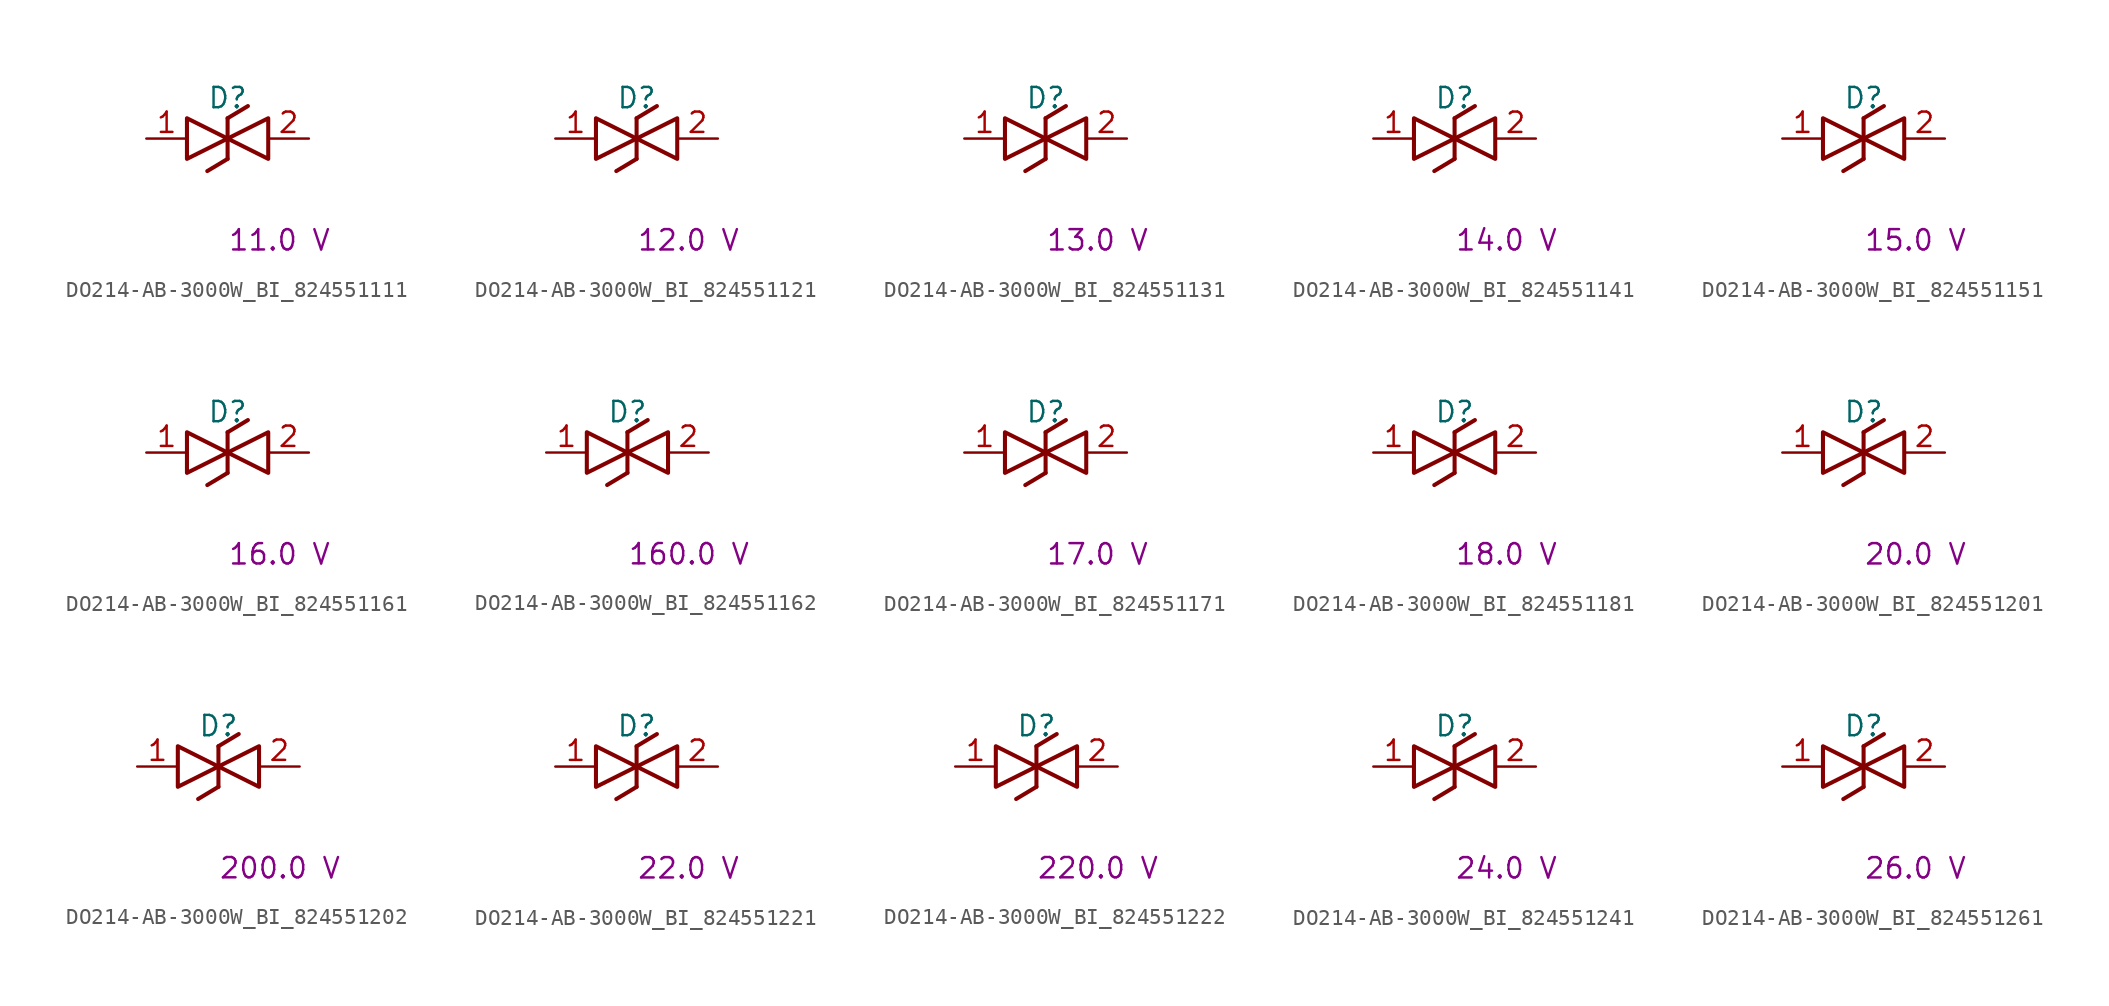
<source format=kicad_sym>
(kicad_symbol_lib
  (version 20220914)
  (generator kicad_symbol_editor)
  (symbol "DO214-AB-3000W_BI_824551111"
    (pin_names hide)
    (property "Reference" "D"
      (at 0 2.54 0)
      (effects (font (size 1.27 1.27))))
    (property "Critical Parameter" "11.0 V"
      (at 0 -6.35 0)
      (effects (font (size 1.27 1.27)) (justify left)))
    (symbol "DO214-AB-3000W_BI_824551111_0_1"
      (polyline (pts (xy -2.54 1.27) (xy -2.54 -1.27) (xy 2.54 1.27) (xy 2.54 -1.27) (xy -2.54 1.27)) (stroke (width 0.254) (type default)) (fill (type none))))
    (symbol "DO214-AB-3000W_BI_824551111_1_1"
      (polyline (pts (xy 0 -1.27) (xy -1.27 -2.032)) (stroke (width 0.254) (type default)) (fill (type none)))
      (polyline (pts (xy 0 1.27) (xy 0 -1.27)) (stroke (width 0.254) (type default)) (fill (type none)))
      (polyline (pts (xy 0 1.27) (xy 1.27 2.032)) (stroke (width 0.254) (type default)) (fill (type none)))
      (pin passive line (at -5.08 0 0) (length 2.54) (name "1" (effects (font (size 1.27 1.27)))) (number "1" (effects (font (size 1.27 1.27)))))
      (pin passive line (at 5.08 0 180) (length 2.54) (name "2" (effects (font (size 1.27 1.27)))) (number "2" (effects (font (size 1.27 1.27)))))))
  (symbol "DO214-AB-3000W_BI_824551121"
    (pin_names hide)
    (property "Reference" "D"
      (at 0 2.54 0)
      (effects (font (size 1.27 1.27))))
    (property "Critical Parameter" "12.0 V"
      (at 0 -6.35 0)
      (effects (font (size 1.27 1.27)) (justify left)))
    (symbol "DO214-AB-3000W_BI_824551121_0_1"
      (polyline (pts (xy -2.54 1.27) (xy -2.54 -1.27) (xy 2.54 1.27) (xy 2.54 -1.27) (xy -2.54 1.27)) (stroke (width 0.254) (type default)) (fill (type none))))
    (symbol "DO214-AB-3000W_BI_824551121_1_1"
      (polyline (pts (xy 0 -1.27) (xy -1.27 -2.032)) (stroke (width 0.254) (type default)) (fill (type none)))
      (polyline (pts (xy 0 1.27) (xy 0 -1.27)) (stroke (width 0.254) (type default)) (fill (type none)))
      (polyline (pts (xy 0 1.27) (xy 1.27 2.032)) (stroke (width 0.254) (type default)) (fill (type none)))
      (pin passive line (at -5.08 0 0) (length 2.54) (name "1" (effects (font (size 1.27 1.27)))) (number "1" (effects (font (size 1.27 1.27)))))
      (pin passive line (at 5.08 0 180) (length 2.54) (name "2" (effects (font (size 1.27 1.27)))) (number "2" (effects (font (size 1.27 1.27)))))))
  (symbol "DO214-AB-3000W_BI_824551131"
    (pin_names hide)
    (property "Reference" "D"
      (at 0 2.54 0)
      (effects (font (size 1.27 1.27))))
    (property "Critical Parameter" "13.0 V"
      (at 0 -6.35 0)
      (effects (font (size 1.27 1.27)) (justify left)))
    (symbol "DO214-AB-3000W_BI_824551131_0_1"
      (polyline (pts (xy -2.54 1.27) (xy -2.54 -1.27) (xy 2.54 1.27) (xy 2.54 -1.27) (xy -2.54 1.27)) (stroke (width 0.254) (type default)) (fill (type none))))
    (symbol "DO214-AB-3000W_BI_824551131_1_1"
      (polyline (pts (xy 0 -1.27) (xy -1.27 -2.032)) (stroke (width 0.254) (type default)) (fill (type none)))
      (polyline (pts (xy 0 1.27) (xy 0 -1.27)) (stroke (width 0.254) (type default)) (fill (type none)))
      (polyline (pts (xy 0 1.27) (xy 1.27 2.032)) (stroke (width 0.254) (type default)) (fill (type none)))
      (pin passive line (at -5.08 0 0) (length 2.54) (name "1" (effects (font (size 1.27 1.27)))) (number "1" (effects (font (size 1.27 1.27)))))
      (pin passive line (at 5.08 0 180) (length 2.54) (name "2" (effects (font (size 1.27 1.27)))) (number "2" (effects (font (size 1.27 1.27)))))))
  (symbol "DO214-AB-3000W_BI_824551141"
    (pin_names hide)
    (property "Reference" "D"
      (at 0 2.54 0)
      (effects (font (size 1.27 1.27))))
    (property "Critical Parameter" "14.0 V"
      (at 0 -6.35 0)
      (effects (font (size 1.27 1.27)) (justify left)))
    (symbol "DO214-AB-3000W_BI_824551141_0_1"
      (polyline (pts (xy -2.54 1.27) (xy -2.54 -1.27) (xy 2.54 1.27) (xy 2.54 -1.27) (xy -2.54 1.27)) (stroke (width 0.254) (type default)) (fill (type none))))
    (symbol "DO214-AB-3000W_BI_824551141_1_1"
      (polyline (pts (xy 0 -1.27) (xy -1.27 -2.032)) (stroke (width 0.254) (type default)) (fill (type none)))
      (polyline (pts (xy 0 1.27) (xy 0 -1.27)) (stroke (width 0.254) (type default)) (fill (type none)))
      (polyline (pts (xy 0 1.27) (xy 1.27 2.032)) (stroke (width 0.254) (type default)) (fill (type none)))
      (pin passive line (at -5.08 0 0) (length 2.54) (name "1" (effects (font (size 1.27 1.27)))) (number "1" (effects (font (size 1.27 1.27)))))
      (pin passive line (at 5.08 0 180) (length 2.54) (name "2" (effects (font (size 1.27 1.27)))) (number "2" (effects (font (size 1.27 1.27)))))))
  (symbol "DO214-AB-3000W_BI_824551151"
    (pin_names hide)
    (property "Reference" "D"
      (at 0 2.54 0)
      (effects (font (size 1.27 1.27))))
    (property "Critical Parameter" "15.0 V"
      (at 0 -6.35 0)
      (effects (font (size 1.27 1.27)) (justify left)))
    (symbol "DO214-AB-3000W_BI_824551151_0_1"
      (polyline (pts (xy -2.54 1.27) (xy -2.54 -1.27) (xy 2.54 1.27) (xy 2.54 -1.27) (xy -2.54 1.27)) (stroke (width 0.254) (type default)) (fill (type none))))
    (symbol "DO214-AB-3000W_BI_824551151_1_1"
      (polyline (pts (xy 0 -1.27) (xy -1.27 -2.032)) (stroke (width 0.254) (type default)) (fill (type none)))
      (polyline (pts (xy 0 1.27) (xy 0 -1.27)) (stroke (width 0.254) (type default)) (fill (type none)))
      (polyline (pts (xy 0 1.27) (xy 1.27 2.032)) (stroke (width 0.254) (type default)) (fill (type none)))
      (pin passive line (at -5.08 0 0) (length 2.54) (name "1" (effects (font (size 1.27 1.27)))) (number "1" (effects (font (size 1.27 1.27)))))
      (pin passive line (at 5.08 0 180) (length 2.54) (name "2" (effects (font (size 1.27 1.27)))) (number "2" (effects (font (size 1.27 1.27)))))))
  (symbol "DO214-AB-3000W_BI_824551161"
    (pin_names hide)
    (property "Reference" "D"
      (at 0 2.54 0)
      (effects (font (size 1.27 1.27))))
    (property "Critical Parameter" "16.0 V"
      (at 0 -6.35 0)
      (effects (font (size 1.27 1.27)) (justify left)))
    (symbol "DO214-AB-3000W_BI_824551161_0_1"
      (polyline (pts (xy -2.54 1.27) (xy -2.54 -1.27) (xy 2.54 1.27) (xy 2.54 -1.27) (xy -2.54 1.27)) (stroke (width 0.254) (type default)) (fill (type none))))
    (symbol "DO214-AB-3000W_BI_824551161_1_1"
      (polyline (pts (xy 0 -1.27) (xy -1.27 -2.032)) (stroke (width 0.254) (type default)) (fill (type none)))
      (polyline (pts (xy 0 1.27) (xy 0 -1.27)) (stroke (width 0.254) (type default)) (fill (type none)))
      (polyline (pts (xy 0 1.27) (xy 1.27 2.032)) (stroke (width 0.254) (type default)) (fill (type none)))
      (pin passive line (at -5.08 0 0) (length 2.54) (name "1" (effects (font (size 1.27 1.27)))) (number "1" (effects (font (size 1.27 1.27)))))
      (pin passive line (at 5.08 0 180) (length 2.54) (name "2" (effects (font (size 1.27 1.27)))) (number "2" (effects (font (size 1.27 1.27)))))))
  (symbol "DO214-AB-3000W_BI_824551162"
    (pin_names hide)
    (property "Reference" "D"
      (at 0 2.54 0)
      (effects (font (size 1.27 1.27))))
    (property "Critical Parameter" "160.0 V"
      (at 0 -6.35 0)
      (effects (font (size 1.27 1.27)) (justify left)))
    (symbol "DO214-AB-3000W_BI_824551162_0_1"
      (polyline (pts (xy -2.54 1.27) (xy -2.54 -1.27) (xy 2.54 1.27) (xy 2.54 -1.27) (xy -2.54 1.27)) (stroke (width 0.254) (type default)) (fill (type none))))
    (symbol "DO214-AB-3000W_BI_824551162_1_1"
      (polyline (pts (xy 0 -1.27) (xy -1.27 -2.032)) (stroke (width 0.254) (type default)) (fill (type none)))
      (polyline (pts (xy 0 1.27) (xy 0 -1.27)) (stroke (width 0.254) (type default)) (fill (type none)))
      (polyline (pts (xy 0 1.27) (xy 1.27 2.032)) (stroke (width 0.254) (type default)) (fill (type none)))
      (pin passive line (at -5.08 0 0) (length 2.54) (name "1" (effects (font (size 1.27 1.27)))) (number "1" (effects (font (size 1.27 1.27)))))
      (pin passive line (at 5.08 0 180) (length 2.54) (name "2" (effects (font (size 1.27 1.27)))) (number "2" (effects (font (size 1.27 1.27)))))))
  (symbol "DO214-AB-3000W_BI_824551171"
    (pin_names hide)
    (property "Reference" "D"
      (at 0 2.54 0)
      (effects (font (size 1.27 1.27))))
    (property "Critical Parameter" "17.0 V"
      (at 0 -6.35 0)
      (effects (font (size 1.27 1.27)) (justify left)))
    (symbol "DO214-AB-3000W_BI_824551171_0_1"
      (polyline (pts (xy -2.54 1.27) (xy -2.54 -1.27) (xy 2.54 1.27) (xy 2.54 -1.27) (xy -2.54 1.27)) (stroke (width 0.254) (type default)) (fill (type none))))
    (symbol "DO214-AB-3000W_BI_824551171_1_1"
      (polyline (pts (xy 0 -1.27) (xy -1.27 -2.032)) (stroke (width 0.254) (type default)) (fill (type none)))
      (polyline (pts (xy 0 1.27) (xy 0 -1.27)) (stroke (width 0.254) (type default)) (fill (type none)))
      (polyline (pts (xy 0 1.27) (xy 1.27 2.032)) (stroke (width 0.254) (type default)) (fill (type none)))
      (pin passive line (at -5.08 0 0) (length 2.54) (name "1" (effects (font (size 1.27 1.27)))) (number "1" (effects (font (size 1.27 1.27)))))
      (pin passive line (at 5.08 0 180) (length 2.54) (name "2" (effects (font (size 1.27 1.27)))) (number "2" (effects (font (size 1.27 1.27)))))))
  (symbol "DO214-AB-3000W_BI_824551181"
    (pin_names hide)
    (property "Reference" "D"
      (at 0 2.54 0)
      (effects (font (size 1.27 1.27))))
    (property "Critical Parameter" "18.0 V"
      (at 0 -6.35 0)
      (effects (font (size 1.27 1.27)) (justify left)))
    (symbol "DO214-AB-3000W_BI_824551181_0_1"
      (polyline (pts (xy -2.54 1.27) (xy -2.54 -1.27) (xy 2.54 1.27) (xy 2.54 -1.27) (xy -2.54 1.27)) (stroke (width 0.254) (type default)) (fill (type none))))
    (symbol "DO214-AB-3000W_BI_824551181_1_1"
      (polyline (pts (xy 0 -1.27) (xy -1.27 -2.032)) (stroke (width 0.254) (type default)) (fill (type none)))
      (polyline (pts (xy 0 1.27) (xy 0 -1.27)) (stroke (width 0.254) (type default)) (fill (type none)))
      (polyline (pts (xy 0 1.27) (xy 1.27 2.032)) (stroke (width 0.254) (type default)) (fill (type none)))
      (pin passive line (at -5.08 0 0) (length 2.54) (name "1" (effects (font (size 1.27 1.27)))) (number "1" (effects (font (size 1.27 1.27)))))
      (pin passive line (at 5.08 0 180) (length 2.54) (name "2" (effects (font (size 1.27 1.27)))) (number "2" (effects (font (size 1.27 1.27)))))))
  (symbol "DO214-AB-3000W_BI_824551201"
    (pin_names hide)
    (property "Reference" "D"
      (at 0 2.54 0)
      (effects (font (size 1.27 1.27))))
    (property "Critical Parameter" "20.0 V"
      (at 0 -6.35 0)
      (effects (font (size 1.27 1.27)) (justify left)))
    (symbol "DO214-AB-3000W_BI_824551201_0_1"
      (polyline (pts (xy -2.54 1.27) (xy -2.54 -1.27) (xy 2.54 1.27) (xy 2.54 -1.27) (xy -2.54 1.27)) (stroke (width 0.254) (type default)) (fill (type none))))
    (symbol "DO214-AB-3000W_BI_824551201_1_1"
      (polyline (pts (xy 0 -1.27) (xy -1.27 -2.032)) (stroke (width 0.254) (type default)) (fill (type none)))
      (polyline (pts (xy 0 1.27) (xy 0 -1.27)) (stroke (width 0.254) (type default)) (fill (type none)))
      (polyline (pts (xy 0 1.27) (xy 1.27 2.032)) (stroke (width 0.254) (type default)) (fill (type none)))
      (pin passive line (at -5.08 0 0) (length 2.54) (name "1" (effects (font (size 1.27 1.27)))) (number "1" (effects (font (size 1.27 1.27)))))
      (pin passive line (at 5.08 0 180) (length 2.54) (name "2" (effects (font (size 1.27 1.27)))) (number "2" (effects (font (size 1.27 1.27)))))))
  (symbol "DO214-AB-3000W_BI_824551202"
    (pin_names hide)
    (property "Reference" "D"
      (at 0 2.54 0)
      (effects (font (size 1.27 1.27))))
    (property "Critical Parameter" "200.0 V"
      (at 0 -6.35 0)
      (effects (font (size 1.27 1.27)) (justify left)))
    (symbol "DO214-AB-3000W_BI_824551202_0_1"
      (polyline (pts (xy -2.54 1.27) (xy -2.54 -1.27) (xy 2.54 1.27) (xy 2.54 -1.27) (xy -2.54 1.27)) (stroke (width 0.254) (type default)) (fill (type none))))
    (symbol "DO214-AB-3000W_BI_824551202_1_1"
      (polyline (pts (xy 0 -1.27) (xy -1.27 -2.032)) (stroke (width 0.254) (type default)) (fill (type none)))
      (polyline (pts (xy 0 1.27) (xy 0 -1.27)) (stroke (width 0.254) (type default)) (fill (type none)))
      (polyline (pts (xy 0 1.27) (xy 1.27 2.032)) (stroke (width 0.254) (type default)) (fill (type none)))
      (pin passive line (at -5.08 0 0) (length 2.54) (name "1" (effects (font (size 1.27 1.27)))) (number "1" (effects (font (size 1.27 1.27)))))
      (pin passive line (at 5.08 0 180) (length 2.54) (name "2" (effects (font (size 1.27 1.27)))) (number "2" (effects (font (size 1.27 1.27)))))))
  (symbol "DO214-AB-3000W_BI_824551221"
    (pin_names hide)
    (property "Reference" "D"
      (at 0 2.54 0)
      (effects (font (size 1.27 1.27))))
    (property "Critical Parameter" "22.0 V"
      (at 0 -6.35 0)
      (effects (font (size 1.27 1.27)) (justify left)))
    (symbol "DO214-AB-3000W_BI_824551221_0_1"
      (polyline (pts (xy -2.54 1.27) (xy -2.54 -1.27) (xy 2.54 1.27) (xy 2.54 -1.27) (xy -2.54 1.27)) (stroke (width 0.254) (type default)) (fill (type none))))
    (symbol "DO214-AB-3000W_BI_824551221_1_1"
      (polyline (pts (xy 0 -1.27) (xy -1.27 -2.032)) (stroke (width 0.254) (type default)) (fill (type none)))
      (polyline (pts (xy 0 1.27) (xy 0 -1.27)) (stroke (width 0.254) (type default)) (fill (type none)))
      (polyline (pts (xy 0 1.27) (xy 1.27 2.032)) (stroke (width 0.254) (type default)) (fill (type none)))
      (pin passive line (at -5.08 0 0) (length 2.54) (name "1" (effects (font (size 1.27 1.27)))) (number "1" (effects (font (size 1.27 1.27)))))
      (pin passive line (at 5.08 0 180) (length 2.54) (name "2" (effects (font (size 1.27 1.27)))) (number "2" (effects (font (size 1.27 1.27)))))))
  (symbol "DO214-AB-3000W_BI_824551222"
    (pin_names hide)
    (property "Reference" "D"
      (at 0 2.54 0)
      (effects (font (size 1.27 1.27))))
    (property "Critical Parameter" "220.0 V"
      (at 0 -6.35 0)
      (effects (font (size 1.27 1.27)) (justify left)))
    (symbol "DO214-AB-3000W_BI_824551222_0_1"
      (polyline (pts (xy -2.54 1.27) (xy -2.54 -1.27) (xy 2.54 1.27) (xy 2.54 -1.27) (xy -2.54 1.27)) (stroke (width 0.254) (type default)) (fill (type none))))
    (symbol "DO214-AB-3000W_BI_824551222_1_1"
      (polyline (pts (xy 0 -1.27) (xy -1.27 -2.032)) (stroke (width 0.254) (type default)) (fill (type none)))
      (polyline (pts (xy 0 1.27) (xy 0 -1.27)) (stroke (width 0.254) (type default)) (fill (type none)))
      (polyline (pts (xy 0 1.27) (xy 1.27 2.032)) (stroke (width 0.254) (type default)) (fill (type none)))
      (pin passive line (at -5.08 0 0) (length 2.54) (name "1" (effects (font (size 1.27 1.27)))) (number "1" (effects (font (size 1.27 1.27)))))
      (pin passive line (at 5.08 0 180) (length 2.54) (name "2" (effects (font (size 1.27 1.27)))) (number "2" (effects (font (size 1.27 1.27)))))))
  (symbol "DO214-AB-3000W_BI_824551241"
    (pin_names hide)
    (property "Reference" "D"
      (at 0 2.54 0)
      (effects (font (size 1.27 1.27))))
    (property "Critical Parameter" "24.0 V"
      (at 0 -6.35 0)
      (effects (font (size 1.27 1.27)) (justify left)))
    (symbol "DO214-AB-3000W_BI_824551241_0_1"
      (polyline (pts (xy -2.54 1.27) (xy -2.54 -1.27) (xy 2.54 1.27) (xy 2.54 -1.27) (xy -2.54 1.27)) (stroke (width 0.254) (type default)) (fill (type none))))
    (symbol "DO214-AB-3000W_BI_824551241_1_1"
      (polyline (pts (xy 0 -1.27) (xy -1.27 -2.032)) (stroke (width 0.254) (type default)) (fill (type none)))
      (polyline (pts (xy 0 1.27) (xy 0 -1.27)) (stroke (width 0.254) (type default)) (fill (type none)))
      (polyline (pts (xy 0 1.27) (xy 1.27 2.032)) (stroke (width 0.254) (type default)) (fill (type none)))
      (pin passive line (at -5.08 0 0) (length 2.54) (name "1" (effects (font (size 1.27 1.27)))) (number "1" (effects (font (size 1.27 1.27)))))
      (pin passive line (at 5.08 0 180) (length 2.54) (name "2" (effects (font (size 1.27 1.27)))) (number "2" (effects (font (size 1.27 1.27)))))))
  (symbol "DO214-AB-3000W_BI_824551261"
    (pin_names hide)
    (property "Reference" "D"
      (at 0 2.54 0)
      (effects (font (size 1.27 1.27))))
    (property "Critical Parameter" "26.0 V"
      (at 0 -6.35 0)
      (effects (font (size 1.27 1.27)) (justify left)))
    (symbol "DO214-AB-3000W_BI_824551261_0_1"
      (polyline (pts (xy -2.54 1.27) (xy -2.54 -1.27) (xy 2.54 1.27) (xy 2.54 -1.27) (xy -2.54 1.27)) (stroke (width 0.254) (type default)) (fill (type none))))
    (symbol "DO214-AB-3000W_BI_824551261_1_1"
      (polyline (pts (xy 0 -1.27) (xy -1.27 -2.032)) (stroke (width 0.254) (type default)) (fill (type none)))
      (polyline (pts (xy 0 1.27) (xy 0 -1.27)) (stroke (width 0.254) (type default)) (fill (type none)))
      (polyline (pts (xy 0 1.27) (xy 1.27 2.032)) (stroke (width 0.254) (type default)) (fill (type none)))
      (pin passive line (at -5.08 0 0) (length 2.54) (name "1" (effects (font (size 1.27 1.27)))) (number "1" (effects (font (size 1.27 1.27)))))
      (pin passive line (at 5.08 0 180) (length 2.54) (name "2" (effects (font (size 1.27 1.27)))) (number "2" (effects (font (size 1.27 1.27))))))))
</source>
